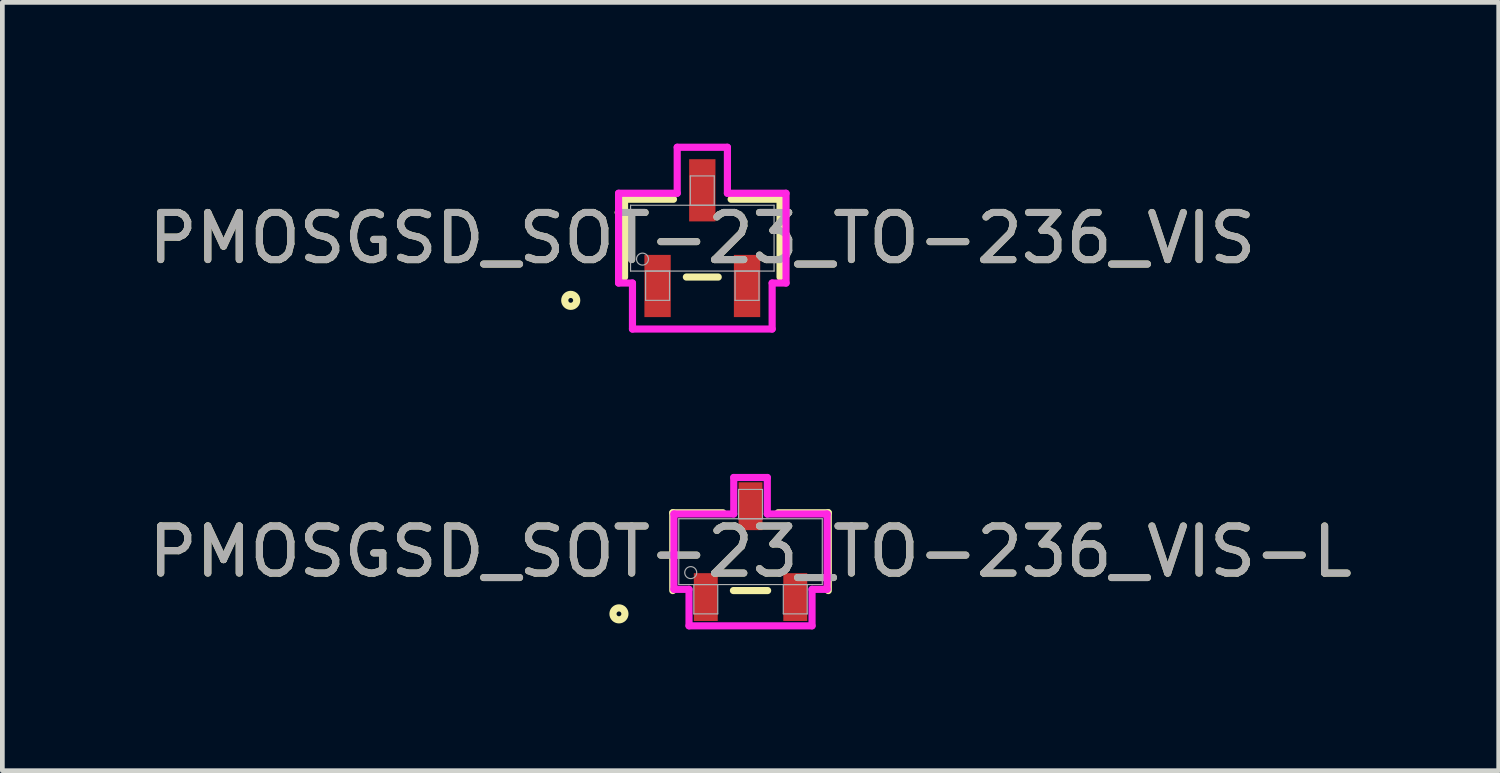
<source format=kicad_pcb>
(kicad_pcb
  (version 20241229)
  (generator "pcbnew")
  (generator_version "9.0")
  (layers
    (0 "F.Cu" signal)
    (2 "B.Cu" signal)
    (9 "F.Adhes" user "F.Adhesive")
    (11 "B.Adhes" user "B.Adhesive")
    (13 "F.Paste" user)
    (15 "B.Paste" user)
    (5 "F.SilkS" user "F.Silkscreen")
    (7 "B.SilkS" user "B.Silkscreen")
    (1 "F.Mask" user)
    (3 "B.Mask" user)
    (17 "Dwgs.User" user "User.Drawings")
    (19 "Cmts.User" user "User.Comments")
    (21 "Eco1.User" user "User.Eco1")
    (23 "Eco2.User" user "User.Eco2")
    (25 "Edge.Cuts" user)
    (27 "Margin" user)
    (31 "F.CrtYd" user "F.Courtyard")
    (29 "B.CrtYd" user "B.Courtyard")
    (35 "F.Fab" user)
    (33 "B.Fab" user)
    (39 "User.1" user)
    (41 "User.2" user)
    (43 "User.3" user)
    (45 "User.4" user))
  (footprint "PMOSGSD_SOT-23_TO-236_VIS"
    (layer "F.Cu")
    (at 11.863 2.007)
    (property "Reference" "PMOSGSD_SOT-23_TO-236_VIS" (at 0 0 0) (unlocked yes) (layer "F.SilkS") (effects (font (size 1 1) (thickness 0.15))))
    (attr smd)
    (fp_line (start -1.651 -0.826) (end -1.651 0.826) (stroke (width 0.152) (type solid)) (layer "F.SilkS"))
    (fp_line (start -0.612 -0.826) (end -1.651 -0.826) (stroke (width 0.152) (type solid)) (layer "F.SilkS"))
    (fp_line (start -0.338 0.826) (end 0.338 0.826) (stroke (width 0.152) (type solid)) (layer "F.SilkS"))
    (fp_line (start 1.651 -0.826) (end 0.612 -0.826) (stroke (width 0.152) (type solid)) (layer "F.SilkS"))
    (fp_line (start 1.651 0.826) (end 1.651 -0.826) (stroke (width 0.152) (type solid)) (layer "F.SilkS"))
    (fp_circle (center -2.794 1.321) (end -2.667 1.321) (stroke (width 0.152) (type solid)) (fill no) (layer "F.SilkS"))
    (fp_line (start -1.778 -0.953) (end -0.533 -0.953) (stroke (width 0.152) (type solid)) (layer "F.CrtYd"))
    (fp_line (start -1.778 0.953) (end -1.778 -0.953) (stroke (width 0.152) (type solid)) (layer "F.CrtYd"))
    (fp_line (start -1.778 0.953) (end -1.483 0.953) (stroke (width 0.152) (type solid)) (layer "F.CrtYd"))
    (fp_line (start -1.483 0.953) (end -1.483 1.93) (stroke (width 0.152) (type solid)) (layer "F.CrtYd"))
    (fp_line (start -1.483 1.93) (end 1.483 1.93) (stroke (width 0.152) (type solid)) (layer "F.CrtYd"))
    (fp_line (start -0.533 -1.93) (end 0.533 -1.93) (stroke (width 0.152) (type solid)) (layer "F.CrtYd"))
    (fp_line (start -0.533 -0.953) (end -0.533 -1.93) (stroke (width 0.152) (type solid)) (layer "F.CrtYd"))
    (fp_line (start 0.533 -0.953) (end 0.533 -1.93) (stroke (width 0.152) (type solid)) (layer "F.CrtYd"))
    (fp_line (start 1.483 0.953) (end 1.483 1.93) (stroke (width 0.152) (type solid)) (layer "F.CrtYd"))
    (fp_line (start 1.778 -0.953) (end 0.533 -0.953) (stroke (width 0.152) (type solid)) (layer "F.CrtYd"))
    (fp_line (start 1.778 -0.953) (end 1.778 0.953) (stroke (width 0.152) (type solid)) (layer "F.CrtYd"))
    (fp_line (start 1.778 0.953) (end 1.483 0.953) (stroke (width 0.152) (type solid)) (layer "F.CrtYd"))
    (fp_line (start -1.524 -0.699) (end -1.524 0.699) (stroke (width 0.025) (type solid)) (layer "F.Fab"))
    (fp_line (start -1.524 0.699) (end 1.524 0.699) (stroke (width 0.025) (type solid)) (layer "F.Fab"))
    (fp_line (start -1.204 0.699) (end -1.204 1.321) (stroke (width 0.025) (type solid)) (layer "F.Fab"))
    (fp_line (start -1.204 1.321) (end -0.696 1.321) (stroke (width 0.025) (type solid)) (layer "F.Fab"))
    (fp_line (start -0.696 0.699) (end -1.204 0.699) (stroke (width 0.025) (type solid)) (layer "F.Fab"))
    (fp_line (start -0.696 1.321) (end -0.696 0.699) (stroke (width 0.025) (type solid)) (layer "F.Fab"))
    (fp_line (start -0.254 -1.321) (end -0.254 -0.699) (stroke (width 0.025) (type solid)) (layer "F.Fab"))
    (fp_line (start -0.254 -0.699) (end 0.254 -0.699) (stroke (width 0.025) (type solid)) (layer "F.Fab"))
    (fp_line (start 0.254 -1.321) (end -0.254 -1.321) (stroke (width 0.025) (type solid)) (layer "F.Fab"))
    (fp_line (start 0.254 -0.699) (end 0.254 -1.321) (stroke (width 0.025) (type solid)) (layer "F.Fab"))
    (fp_line (start 0.696 0.699) (end 0.696 1.321) (stroke (width 0.025) (type solid)) (layer "F.Fab"))
    (fp_line (start 0.696 1.321) (end 1.204 1.321) (stroke (width 0.025) (type solid)) (layer "F.Fab"))
    (fp_line (start 1.204 0.699) (end 0.696 0.699) (stroke (width 0.025) (type solid)) (layer "F.Fab"))
    (fp_line (start 1.204 1.321) (end 1.204 0.699) (stroke (width 0.025) (type solid)) (layer "F.Fab"))
    (fp_line (start 1.524 -0.699) (end -1.524 -0.699) (stroke (width 0.025) (type solid)) (layer "F.Fab"))
    (fp_line (start 1.524 0.699) (end 1.524 -0.699) (stroke (width 0.025) (type solid)) (layer "F.Fab"))
    (fp_circle (center -1.27 0.445) (end -1.143 0.445) (stroke (width 0.025) (type solid)) (fill no) (layer "F.Fab"))
    (fp_text user "${REFERENCE}" (at 0 0 0) (unlocked yes) (layer "F.Fab") (effects (font (size 1 1) (thickness 0.15))))
    (pad "1" smd rect (at -0.95 1.016) (size 0.559 1.321) (layers "F.Cu" "F.Mask" "F.Paste"))
    (pad "2" smd rect (at 0.95 1.016) (size 0.559 1.321) (layers "F.Cu" "F.Mask" "F.Paste"))
    (pad "3" smd rect (at 0 -1.016) (size 0.559 1.321) (layers "F.Cu" "F.Mask" "F.Paste")))
  (footprint "PMOSGSD_SOT-23_TO-236_VIS-L"
    (layer "F.Cu")
    (at 12.887 8.664)
    (property "Reference" "PMOSGSD_SOT-23_TO-236_VIS-L" (at 0 0 0) (unlocked yes) (layer "F.SilkS") (effects (font (size 1 1) (thickness 0.15))))
    (attr smd)
    (fp_line (start -1.651 -0.826) (end -1.651 0.826) (stroke (width 0.152) (type solid)) (layer "F.SilkS"))
    (fp_line (start -0.587 -0.826) (end -1.651 -0.826) (stroke (width 0.152) (type solid)) (layer "F.SilkS"))
    (fp_line (start -0.363 0.826) (end 0.363 0.826) (stroke (width 0.152) (type solid)) (layer "F.SilkS"))
    (fp_line (start 1.651 -0.826) (end 0.587 -0.826) (stroke (width 0.152) (type solid)) (layer "F.SilkS"))
    (fp_line (start 1.651 0.826) (end 1.651 -0.826) (stroke (width 0.152) (type solid)) (layer "F.SilkS"))
    (fp_circle (center -2.794 1.321) (end -2.667 1.321) (stroke (width 0.152) (type solid)) (fill no) (layer "F.SilkS"))
    (fp_line (start -1.626 -0.8) (end -0.356 -0.8) (stroke (width 0.152) (type solid)) (layer "F.CrtYd"))
    (fp_line (start -1.626 0.8) (end -1.626 -0.8) (stroke (width 0.152) (type solid)) (layer "F.CrtYd"))
    (fp_line (start -1.626 0.8) (end -1.306 0.8) (stroke (width 0.152) (type solid)) (layer "F.CrtYd"))
    (fp_line (start -1.306 0.8) (end -1.306 1.575) (stroke (width 0.152) (type solid)) (layer "F.CrtYd"))
    (fp_line (start -1.306 1.575) (end 1.306 1.575) (stroke (width 0.152) (type solid)) (layer "F.CrtYd"))
    (fp_line (start -0.356 -1.575) (end 0.356 -1.575) (stroke (width 0.152) (type solid)) (layer "F.CrtYd"))
    (fp_line (start -0.356 -0.8) (end -0.356 -1.575) (stroke (width 0.152) (type solid)) (layer "F.CrtYd"))
    (fp_line (start 0.356 -0.8) (end 0.356 -1.575) (stroke (width 0.152) (type solid)) (layer "F.CrtYd"))
    (fp_line (start 1.306 0.8) (end 1.306 1.575) (stroke (width 0.152) (type solid)) (layer "F.CrtYd"))
    (fp_line (start 1.626 -0.8) (end 0.356 -0.8) (stroke (width 0.152) (type solid)) (layer "F.CrtYd"))
    (fp_line (start 1.626 -0.8) (end 1.626 0.8) (stroke (width 0.152) (type solid)) (layer "F.CrtYd"))
    (fp_line (start 1.626 0.8) (end 1.306 0.8) (stroke (width 0.152) (type solid)) (layer "F.CrtYd"))
    (fp_line (start -1.524 -0.699) (end -1.524 0.699) (stroke (width 0.025) (type solid)) (layer "F.Fab"))
    (fp_line (start -1.524 0.699) (end 1.524 0.699) (stroke (width 0.025) (type solid)) (layer "F.Fab"))
    (fp_line (start -1.204 0.699) (end -1.204 1.321) (stroke (width 0.025) (type solid)) (layer "F.Fab"))
    (fp_line (start -1.204 1.321) (end -0.696 1.321) (stroke (width 0.025) (type solid)) (layer "F.Fab"))
    (fp_line (start -0.696 0.699) (end -1.204 0.699) (stroke (width 0.025) (type solid)) (layer "F.Fab"))
    (fp_line (start -0.696 1.321) (end -0.696 0.699) (stroke (width 0.025) (type solid)) (layer "F.Fab"))
    (fp_line (start -0.254 -1.321) (end -0.254 -0.699) (stroke (width 0.025) (type solid)) (layer "F.Fab"))
    (fp_line (start -0.254 -0.699) (end 0.254 -0.699) (stroke (width 0.025) (type solid)) (layer "F.Fab"))
    (fp_line (start 0.254 -1.321) (end -0.254 -1.321) (stroke (width 0.025) (type solid)) (layer "F.Fab"))
    (fp_line (start 0.254 -0.699) (end 0.254 -1.321) (stroke (width 0.025) (type solid)) (layer "F.Fab"))
    (fp_line (start 0.696 0.699) (end 0.696 1.321) (stroke (width 0.025) (type solid)) (layer "F.Fab"))
    (fp_line (start 0.696 1.321) (end 1.204 1.321) (stroke (width 0.025) (type solid)) (layer "F.Fab"))
    (fp_line (start 1.204 0.699) (end 0.696 0.699) (stroke (width 0.025) (type solid)) (layer "F.Fab"))
    (fp_line (start 1.204 1.321) (end 1.204 0.699) (stroke (width 0.025) (type solid)) (layer "F.Fab"))
    (fp_line (start 1.524 -0.699) (end -1.524 -0.699) (stroke (width 0.025) (type solid)) (layer "F.Fab"))
    (fp_line (start 1.524 0.699) (end 1.524 -0.699) (stroke (width 0.025) (type solid)) (layer "F.Fab"))
    (fp_circle (center -1.27 0.445) (end -1.143 0.445) (stroke (width 0.025) (type solid)) (fill no) (layer "F.Fab"))
    (fp_text user "${REFERENCE}" (at 0 0 0) (unlocked yes) (layer "F.Fab") (effects (font (size 1 1) (thickness 0.15))))
    (pad "1" smd rect (at -0.95 0.965) (size 0.508 1.016) (layers "F.Cu" "F.Mask" "F.Paste"))
    (pad "2" smd rect (at 0.95 0.965) (size 0.508 1.016) (layers "F.Cu" "F.Mask" "F.Paste"))
    (pad "3" smd rect (at 0 -0.965) (size 0.508 1.016) (layers "F.Cu" "F.Mask" "F.Paste")))
  (gr_rect
    (start -3 -3)
    (end 28.774 13.315)
    (stroke (width 0.1) (type default))
    (fill no)
    (layer "Edge.Cuts")))
</source>
